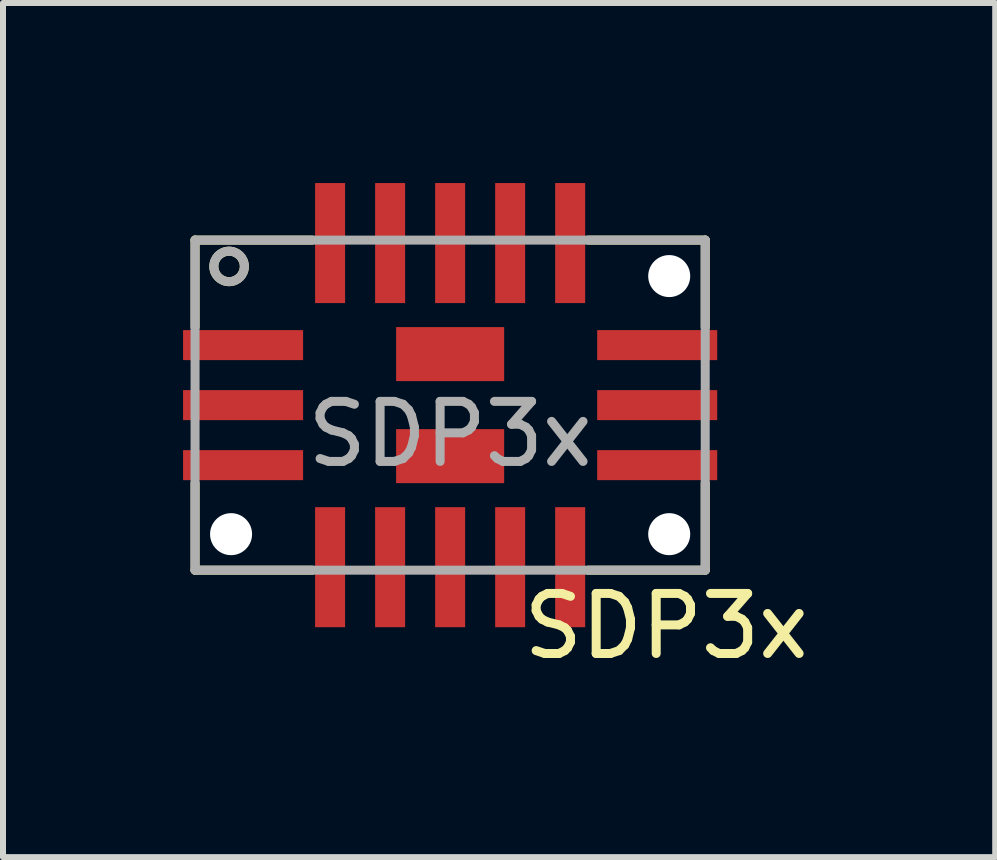
<source format=kicad_pcb>
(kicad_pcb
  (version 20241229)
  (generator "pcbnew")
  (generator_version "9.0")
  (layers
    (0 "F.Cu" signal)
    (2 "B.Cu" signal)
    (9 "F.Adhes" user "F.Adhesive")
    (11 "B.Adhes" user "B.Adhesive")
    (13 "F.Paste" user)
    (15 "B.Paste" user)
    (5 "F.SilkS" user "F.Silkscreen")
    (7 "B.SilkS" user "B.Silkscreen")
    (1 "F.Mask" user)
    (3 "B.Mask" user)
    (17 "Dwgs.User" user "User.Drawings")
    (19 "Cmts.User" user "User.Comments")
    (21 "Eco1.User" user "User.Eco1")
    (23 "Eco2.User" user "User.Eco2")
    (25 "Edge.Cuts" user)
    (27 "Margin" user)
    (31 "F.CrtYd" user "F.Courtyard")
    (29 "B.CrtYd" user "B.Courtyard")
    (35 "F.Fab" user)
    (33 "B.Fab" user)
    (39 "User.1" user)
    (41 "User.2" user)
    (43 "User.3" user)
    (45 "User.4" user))
  (footprint "SDP3x"
    (layer "F.Cu")
    (at 4.45 3.7)
    (property "Reference" "SDP3x" (at 3.6 3.683 0) (layer "F.SilkS") (effects (font (size 1 1) (thickness 0.15))))
    (attr through_hole)
    (fp_line (start -4.25 -2.75) (end -4.25 -1.3) (stroke (width 0.15) (type solid)) (layer "F.SilkS"))
    (fp_line (start -4.25 -2.75) (end -2.3 -2.75) (stroke (width 0.15) (type solid)) (layer "F.SilkS"))
    (fp_line (start -4.25 1.3) (end -4.25 2.75) (stroke (width 0.15) (type solid)) (layer "F.SilkS"))
    (fp_line (start -4.25 2.75) (end -2.3 2.75) (stroke (width 0.15) (type solid)) (layer "F.SilkS"))
    (fp_line (start 2.3 -2.75) (end 4.25 -2.75) (stroke (width 0.15) (type solid)) (layer "F.SilkS"))
    (fp_line (start 4.25 -2.75) (end 4.25 -1.3) (stroke (width 0.15) (type solid)) (layer "F.SilkS"))
    (fp_line (start 4.25 1.3) (end 4.25 2.75) (stroke (width 0.15) (type solid)) (layer "F.SilkS"))
    (fp_line (start 4.25 2.75) (end 2.3 2.75) (stroke (width 0.15) (type solid)) (layer "F.SilkS"))
    (fp_circle (center -3.683 -2.311) (end -3.429 -2.311) (stroke (width 0.15) (type solid)) (fill no) (layer "F.SilkS"))
    (fp_line (start -4.25 -2.75) (end 4.25 -2.75) (stroke (width 0.15) (type solid)) (layer "F.Fab"))
    (fp_line (start -4.25 2.75) (end -4.25 -2.75) (stroke (width 0.15) (type solid)) (layer "F.Fab"))
    (fp_line (start 4.25 -2.75) (end 4.25 2.75) (stroke (width 0.15) (type solid)) (layer "F.Fab"))
    (fp_line (start 4.25 2.75) (end -4.25 2.75) (stroke (width 0.15) (type solid)) (layer "F.Fab"))
    (fp_circle (center -3.683 -2.311) (end -3.429 -2.311) (stroke (width 0.15) (type solid)) (fill no) (layer "F.Fab"))
    (fp_text user "${REFERENCE}" (at 0 0.483 0) (layer "F.Fab") (effects (font (size 1 1) (thickness 0.15))))
    (pad "" np_thru_hole circle (at -3.65 2.15) (size 0.7 0.7) (drill 0.7) (layers "*.Cu" "*.Mask"))
    (pad "" np_thru_hole circle (at 3.65 -2.15) (size 0.7 0.7) (drill 0.7) (layers "*.Cu" "*.Mask"))
    (pad "" np_thru_hole circle (at 3.65 2.15) (size 0.7 0.7) (drill 0.7) (layers "*.Cu" "*.Mask"))
    (pad "1" smd trapezoid (at -3.45 -1) (size 2 0.5) (layers "F.Cu" "F.Mask" "F.Paste"))
    (pad "2" smd trapezoid (at -3.45 0) (size 2 0.5) (layers "F.Cu" "F.Mask" "F.Paste"))
    (pad "3" smd trapezoid (at -3.45 1) (size 2 0.5) (layers "F.Cu" "F.Mask" "F.Paste"))
    (pad "4" smd trapezoid (at -2 2.7 90) (size 2 0.5) (layers "F.Cu" "F.Mask" "F.Paste"))
    (pad "5" smd trapezoid (at -1 2.7 90) (size 2 0.5) (layers "F.Cu" "F.Mask" "F.Paste"))
    (pad "6" smd trapezoid (at 0 2.7 90) (size 2 0.5) (layers "F.Cu" "F.Mask" "F.Paste"))
    (pad "7" smd trapezoid (at 1 2.7 90) (size 2 0.5) (layers "F.Cu" "F.Mask" "F.Paste"))
    (pad "8" smd trapezoid (at 2 2.7 90) (size 2 0.5) (layers "F.Cu" "F.Mask" "F.Paste"))
    (pad "9" smd trapezoid (at 3.45 1) (size 2 0.5) (layers "F.Cu" "F.Mask" "F.Paste"))
    (pad "10" smd trapezoid (at 3.45 0) (size 2 0.5) (layers "F.Cu" "F.Mask" "F.Paste"))
    (pad "11" smd trapezoid (at 3.45 -1) (size 2 0.5) (layers "F.Cu" "F.Mask" "F.Paste"))
    (pad "12" smd trapezoid (at 2 -2.7 90) (size 2 0.5) (layers "F.Cu" "F.Mask" "F.Paste"))
    (pad "13" smd trapezoid (at 1 -2.7 90) (size 2 0.5) (layers "F.Cu" "F.Mask" "F.Paste"))
    (pad "14" smd trapezoid (at 0 -2.7 90) (size 2 0.5) (layers "F.Cu" "F.Mask" "F.Paste"))
    (pad "15" smd trapezoid (at -1 -2.7 90) (size 2 0.5) (layers "F.Cu" "F.Mask" "F.Paste"))
    (pad "16" smd trapezoid (at -2 -2.7 90) (size 2 0.5) (layers "F.Cu" "F.Mask" "F.Paste"))
    (pad "17" smd trapezoid (at 0 -0.85) (size 1.8 0.9) (layers "F.Cu" "F.Mask" "F.Paste"))
    (pad "18" smd trapezoid (at 0 0.85) (size 1.8 0.9) (layers "F.Cu" "F.Mask" "F.Paste")))
  (gr_rect
    (start -3 -3)
    (end 13.532 11.231)
    (stroke (width 0.1) (type default))
    (fill no)
    (layer "Edge.Cuts")))
</source>
